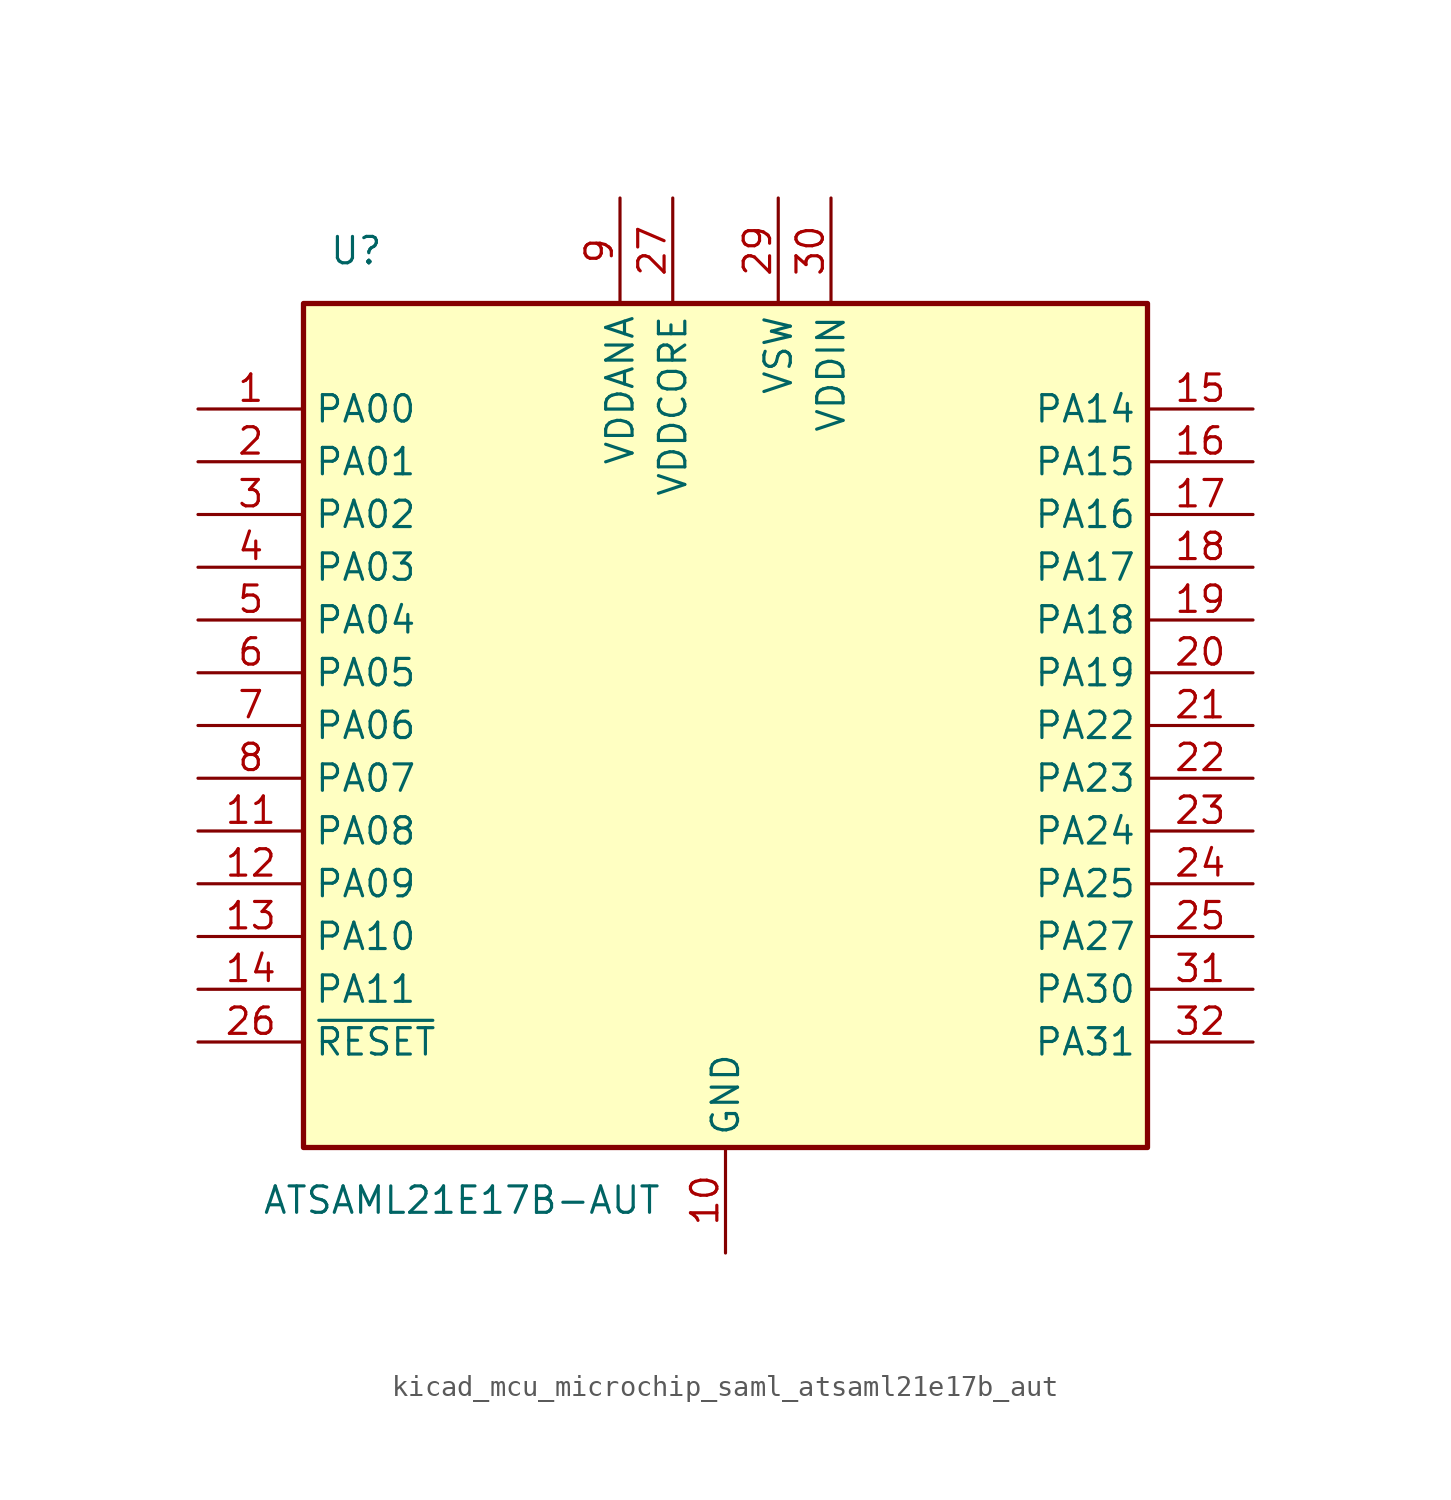
<source format=kicad_sym>
(kicad_symbol_lib
  (version 20220914)
  (generator kicad_symbol_editor)
  (symbol "kicad_mcu_microchip_saml_atsaml21e17b_aut"
    (property "Reference" "U"
      (at -17.78 22.86 0)
      (effects (font (size 1.27 1.27))))
    (property "Value" "ATSAML21E17B-AUT"
      (at -12.7 -22.86 0)
      (effects (font (size 1.27 1.27))))
    (symbol "kicad_mcu_microchip_saml_atsaml21e17b_aut_0_1"
      (rectangle (start -20.32 20.32) (end 20.32 -20.32) (stroke (width 0.254) (type default)) (fill (type background))))
    (symbol "kicad_mcu_microchip_saml_atsaml21e17b_aut_1_1"
      (pin bidirectional line (at -25.4 15.24 0) (length 5.08) (name "PA00" (effects (font (size 1.27 1.27)))) (number "1" (effects (font (size 1.27 1.27)))))
      (pin power_in line (at 0 -25.4 90) (length 5.08) (name "GND" (effects (font (size 1.27 1.27)))) (number "10" (effects (font (size 1.27 1.27)))))
      (pin bidirectional line (at -25.4 -5.08 0) (length 5.08) (name "PA08" (effects (font (size 1.27 1.27)))) (number "11" (effects (font (size 1.27 1.27)))))
      (pin bidirectional line (at -25.4 -7.62 0) (length 5.08) (name "PA09" (effects (font (size 1.27 1.27)))) (number "12" (effects (font (size 1.27 1.27)))))
      (pin bidirectional line (at -25.4 -10.16 0) (length 5.08) (name "PA10" (effects (font (size 1.27 1.27)))) (number "13" (effects (font (size 1.27 1.27)))))
      (pin bidirectional line (at -25.4 -12.7 0) (length 5.08) (name "PA11" (effects (font (size 1.27 1.27)))) (number "14" (effects (font (size 1.27 1.27)))))
      (pin bidirectional line (at 25.4 15.24 180) (length 5.08) (name "PA14" (effects (font (size 1.27 1.27)))) (number "15" (effects (font (size 1.27 1.27)))))
      (pin bidirectional line (at 25.4 12.7 180) (length 5.08) (name "PA15" (effects (font (size 1.27 1.27)))) (number "16" (effects (font (size 1.27 1.27)))))
      (pin bidirectional line (at 25.4 10.16 180) (length 5.08) (name "PA16" (effects (font (size 1.27 1.27)))) (number "17" (effects (font (size 1.27 1.27)))))
      (pin bidirectional line (at 25.4 7.62 180) (length 5.08) (name "PA17" (effects (font (size 1.27 1.27)))) (number "18" (effects (font (size 1.27 1.27)))))
      (pin bidirectional line (at 25.4 5.08 180) (length 5.08) (name "PA18" (effects (font (size 1.27 1.27)))) (number "19" (effects (font (size 1.27 1.27)))))
      (pin bidirectional line (at -25.4 12.7 0) (length 5.08) (name "PA01" (effects (font (size 1.27 1.27)))) (number "2" (effects (font (size 1.27 1.27)))))
      (pin bidirectional line (at 25.4 2.54 180) (length 5.08) (name "PA19" (effects (font (size 1.27 1.27)))) (number "20" (effects (font (size 1.27 1.27)))))
      (pin bidirectional line (at 25.4 0 180) (length 5.08) (name "PA22" (effects (font (size 1.27 1.27)))) (number "21" (effects (font (size 1.27 1.27)))))
      (pin bidirectional line (at 25.4 -2.54 180) (length 5.08) (name "PA23" (effects (font (size 1.27 1.27)))) (number "22" (effects (font (size 1.27 1.27)))))
      (pin bidirectional line (at 25.4 -5.08 180) (length 5.08) (name "PA24" (effects (font (size 1.27 1.27)))) (number "23" (effects (font (size 1.27 1.27)))))
      (pin bidirectional line (at 25.4 -7.62 180) (length 5.08) (name "PA25" (effects (font (size 1.27 1.27)))) (number "24" (effects (font (size 1.27 1.27)))))
      (pin bidirectional line (at 25.4 -10.16 180) (length 5.08) (name "PA27" (effects (font (size 1.27 1.27)))) (number "25" (effects (font (size 1.27 1.27)))))
      (pin input line (at -25.4 -15.24 0) (length 5.08) (name "~{RESET}" (effects (font (size 1.27 1.27)))) (number "26" (effects (font (size 1.27 1.27)))))
      (pin power_in line (at -2.54 25.4 270) (length 5.08) (name "VDDCORE" (effects (font (size 1.27 1.27)))) (number "27" (effects (font (size 1.27 1.27)))))
      (pin passive line (at 0 -25.4 90) (length 5.08) hide (name "GND" (effects (font (size 1.27 1.27)))) (number "28" (effects (font (size 1.27 1.27)))))
      (pin power_out line (at 2.54 25.4 270) (length 5.08) (name "VSW" (effects (font (size 1.27 1.27)))) (number "29" (effects (font (size 1.27 1.27)))))
      (pin bidirectional line (at -25.4 10.16 0) (length 5.08) (name "PA02" (effects (font (size 1.27 1.27)))) (number "3" (effects (font (size 1.27 1.27)))))
      (pin power_in line (at 5.08 25.4 270) (length 5.08) (name "VDDIN" (effects (font (size 1.27 1.27)))) (number "30" (effects (font (size 1.27 1.27)))))
      (pin bidirectional line (at 25.4 -12.7 180) (length 5.08) (name "PA30" (effects (font (size 1.27 1.27)))) (number "31" (effects (font (size 1.27 1.27)))))
      (pin bidirectional line (at 25.4 -15.24 180) (length 5.08) (name "PA31" (effects (font (size 1.27 1.27)))) (number "32" (effects (font (size 1.27 1.27)))))
      (pin bidirectional line (at -25.4 7.62 0) (length 5.08) (name "PA03" (effects (font (size 1.27 1.27)))) (number "4" (effects (font (size 1.27 1.27)))))
      (pin bidirectional line (at -25.4 5.08 0) (length 5.08) (name "PA04" (effects (font (size 1.27 1.27)))) (number "5" (effects (font (size 1.27 1.27)))))
      (pin bidirectional line (at -25.4 2.54 0) (length 5.08) (name "PA05" (effects (font (size 1.27 1.27)))) (number "6" (effects (font (size 1.27 1.27)))))
      (pin bidirectional line (at -25.4 0 0) (length 5.08) (name "PA06" (effects (font (size 1.27 1.27)))) (number "7" (effects (font (size 1.27 1.27)))))
      (pin bidirectional line (at -25.4 -2.54 0) (length 5.08) (name "PA07" (effects (font (size 1.27 1.27)))) (number "8" (effects (font (size 1.27 1.27)))))
      (pin power_in line (at -5.08 25.4 270) (length 5.08) (name "VDDANA" (effects (font (size 1.27 1.27)))) (number "9" (effects (font (size 1.27 1.27))))))))
</source>
